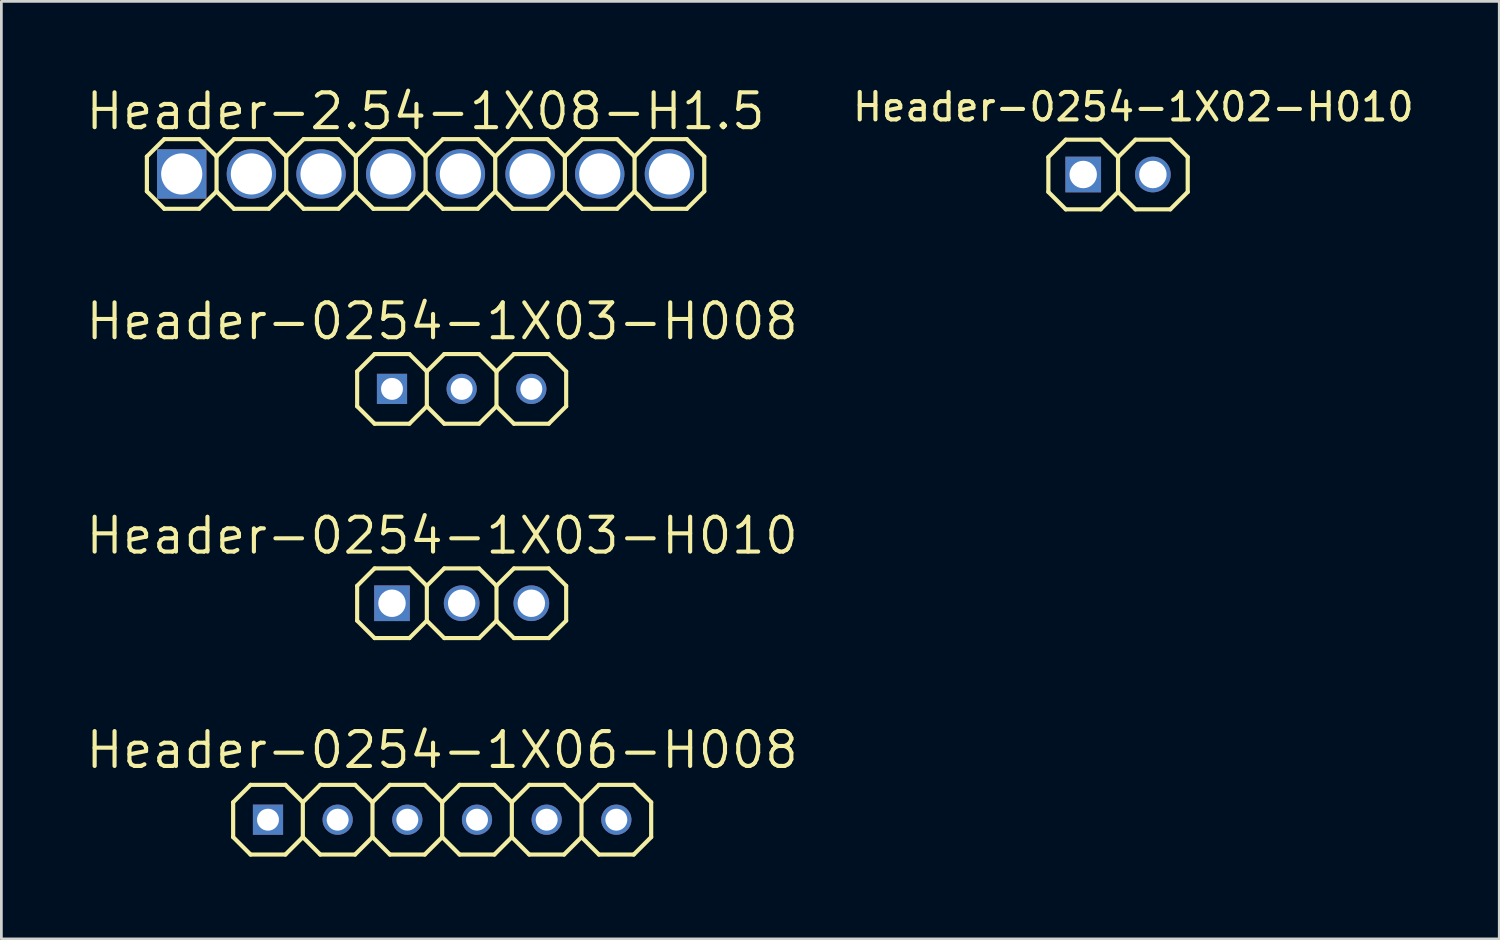
<source format=kicad_pcb>
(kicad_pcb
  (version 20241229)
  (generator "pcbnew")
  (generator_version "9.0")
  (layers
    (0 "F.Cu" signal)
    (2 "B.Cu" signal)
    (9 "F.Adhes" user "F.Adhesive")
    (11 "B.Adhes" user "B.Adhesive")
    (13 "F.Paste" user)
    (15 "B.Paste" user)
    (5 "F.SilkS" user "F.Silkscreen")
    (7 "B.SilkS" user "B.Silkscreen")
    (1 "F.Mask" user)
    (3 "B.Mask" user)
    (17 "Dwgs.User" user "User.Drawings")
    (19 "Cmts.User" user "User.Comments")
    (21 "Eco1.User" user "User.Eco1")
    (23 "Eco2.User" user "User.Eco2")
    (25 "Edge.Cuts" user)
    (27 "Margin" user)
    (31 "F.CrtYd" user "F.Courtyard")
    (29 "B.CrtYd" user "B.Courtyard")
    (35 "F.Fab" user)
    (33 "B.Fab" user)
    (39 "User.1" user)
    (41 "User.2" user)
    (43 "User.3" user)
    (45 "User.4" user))
  (footprint "Header-2.54-1X08-H1.5"
    (layer "F.Cu")
    (at 12.465 3.292)
    (property "Reference" "Header-2.54-1X08-H1.5" (at 0 -2.286 0) (layer "F.SilkS") (effects (font (size 1.27 1.27) (thickness 0.15))))
    (attr exclude_from_pos_files exclude_from_bom)
    (fp_line (start -10.16 -0.635) (end -10.16 0.635) (stroke (width 0.152) (type solid)) (layer "F.SilkS"))
    (fp_line (start -10.16 0.635) (end -9.525 1.27) (stroke (width 0.152) (type solid)) (layer "F.SilkS"))
    (fp_line (start -9.525 -1.27) (end -10.16 -0.635) (stroke (width 0.152) (type solid)) (layer "F.SilkS"))
    (fp_line (start -9.525 -1.27) (end -8.255 -1.27) (stroke (width 0.152) (type solid)) (layer "F.SilkS"))
    (fp_line (start -8.255 -1.27) (end -7.62 -0.635) (stroke (width 0.152) (type solid)) (layer "F.SilkS"))
    (fp_line (start -8.255 1.27) (end -9.525 1.27) (stroke (width 0.152) (type solid)) (layer "F.SilkS"))
    (fp_line (start -7.62 -0.635) (end -7.62 0.635) (stroke (width 0.152) (type solid)) (layer "F.SilkS"))
    (fp_line (start -7.62 -0.635) (end -6.985 -1.27) (stroke (width 0.152) (type solid)) (layer "F.SilkS"))
    (fp_line (start -7.62 0.635) (end -8.255 1.27) (stroke (width 0.152) (type solid)) (layer "F.SilkS"))
    (fp_line (start -6.985 -1.27) (end -5.715 -1.27) (stroke (width 0.152) (type solid)) (layer "F.SilkS"))
    (fp_line (start -6.985 1.27) (end -7.62 0.635) (stroke (width 0.152) (type solid)) (layer "F.SilkS"))
    (fp_line (start -5.715 -1.27) (end -5.08 -0.635) (stroke (width 0.152) (type solid)) (layer "F.SilkS"))
    (fp_line (start -5.715 1.27) (end -6.985 1.27) (stroke (width 0.152) (type solid)) (layer "F.SilkS"))
    (fp_line (start -5.08 -0.635) (end -5.08 0.635) (stroke (width 0.152) (type solid)) (layer "F.SilkS"))
    (fp_line (start -5.08 -0.635) (end -4.445 -1.27) (stroke (width 0.152) (type solid)) (layer "F.SilkS"))
    (fp_line (start -5.08 0.635) (end -5.715 1.27) (stroke (width 0.152) (type solid)) (layer "F.SilkS"))
    (fp_line (start -4.445 -1.27) (end -3.175 -1.27) (stroke (width 0.152) (type solid)) (layer "F.SilkS"))
    (fp_line (start -4.445 1.27) (end -5.08 0.635) (stroke (width 0.152) (type solid)) (layer "F.SilkS"))
    (fp_line (start -3.175 -1.27) (end -2.54 -0.635) (stroke (width 0.152) (type solid)) (layer "F.SilkS"))
    (fp_line (start -3.175 1.27) (end -4.445 1.27) (stroke (width 0.152) (type solid)) (layer "F.SilkS"))
    (fp_line (start -2.54 -0.635) (end -2.54 0.635) (stroke (width 0.152) (type solid)) (layer "F.SilkS"))
    (fp_line (start -2.54 0.635) (end -3.175 1.27) (stroke (width 0.152) (type solid)) (layer "F.SilkS"))
    (fp_line (start -2.54 0.635) (end -1.905 1.27) (stroke (width 0.152) (type solid)) (layer "F.SilkS"))
    (fp_line (start -1.905 -1.27) (end -2.54 -0.635) (stroke (width 0.152) (type solid)) (layer "F.SilkS"))
    (fp_line (start -1.905 -1.27) (end -0.635 -1.27) (stroke (width 0.152) (type solid)) (layer "F.SilkS"))
    (fp_line (start -0.635 -1.27) (end 0 -0.635) (stroke (width 0.152) (type solid)) (layer "F.SilkS"))
    (fp_line (start -0.635 1.27) (end -1.905 1.27) (stroke (width 0.152) (type solid)) (layer "F.SilkS"))
    (fp_line (start 0 -0.635) (end 0 0.635) (stroke (width 0.152) (type solid)) (layer "F.SilkS"))
    (fp_line (start 0 -0.635) (end 0.635 -1.27) (stroke (width 0.152) (type solid)) (layer "F.SilkS"))
    (fp_line (start 0 0.635) (end -0.635 1.27) (stroke (width 0.152) (type solid)) (layer "F.SilkS"))
    (fp_line (start 0.635 -1.27) (end 1.905 -1.27) (stroke (width 0.152) (type solid)) (layer "F.SilkS"))
    (fp_line (start 0.635 1.27) (end 0 0.635) (stroke (width 0.152) (type solid)) (layer "F.SilkS"))
    (fp_line (start 1.905 -1.27) (end 2.54 -0.635) (stroke (width 0.152) (type solid)) (layer "F.SilkS"))
    (fp_line (start 1.905 1.27) (end 0.635 1.27) (stroke (width 0.152) (type solid)) (layer "F.SilkS"))
    (fp_line (start 2.54 -0.635) (end 2.54 0.635) (stroke (width 0.152) (type solid)) (layer "F.SilkS"))
    (fp_line (start 2.54 -0.635) (end 3.175 -1.27) (stroke (width 0.152) (type solid)) (layer "F.SilkS"))
    (fp_line (start 2.54 0.635) (end 1.905 1.27) (stroke (width 0.152) (type solid)) (layer "F.SilkS"))
    (fp_line (start 3.175 -1.27) (end 4.445 -1.27) (stroke (width 0.152) (type solid)) (layer "F.SilkS"))
    (fp_line (start 3.175 1.27) (end 2.54 0.635) (stroke (width 0.152) (type solid)) (layer "F.SilkS"))
    (fp_line (start 4.445 -1.27) (end 5.08 -0.635) (stroke (width 0.152) (type solid)) (layer "F.SilkS"))
    (fp_line (start 4.445 1.27) (end 3.175 1.27) (stroke (width 0.152) (type solid)) (layer "F.SilkS"))
    (fp_line (start 5.08 -0.635) (end 5.08 0.635) (stroke (width 0.152) (type solid)) (layer "F.SilkS"))
    (fp_line (start 5.08 0.635) (end 4.445 1.27) (stroke (width 0.152) (type solid)) (layer "F.SilkS"))
    (fp_line (start 5.08 0.635) (end 5.715 1.27) (stroke (width 0.152) (type solid)) (layer "F.SilkS"))
    (fp_line (start 5.715 -1.27) (end 5.08 -0.635) (stroke (width 0.152) (type solid)) (layer "F.SilkS"))
    (fp_line (start 5.715 -1.27) (end 6.985 -1.27) (stroke (width 0.152) (type solid)) (layer "F.SilkS"))
    (fp_line (start 6.985 -1.27) (end 7.62 -0.635) (stroke (width 0.152) (type solid)) (layer "F.SilkS"))
    (fp_line (start 6.985 1.27) (end 5.715 1.27) (stroke (width 0.152) (type solid)) (layer "F.SilkS"))
    (fp_line (start 7.62 -0.635) (end 7.62 0.635) (stroke (width 0.152) (type solid)) (layer "F.SilkS"))
    (fp_line (start 7.62 0.635) (end 6.985 1.27) (stroke (width 0.152) (type solid)) (layer "F.SilkS"))
    (fp_line (start 7.62 0.635) (end 8.255 1.27) (stroke (width 0.152) (type solid)) (layer "F.SilkS"))
    (fp_line (start 8.255 -1.27) (end 7.62 -0.635) (stroke (width 0.152) (type solid)) (layer "F.SilkS"))
    (fp_line (start 8.255 -1.27) (end 9.525 -1.27) (stroke (width 0.152) (type solid)) (layer "F.SilkS"))
    (fp_line (start 9.525 -1.27) (end 10.16 -0.635) (stroke (width 0.152) (type solid)) (layer "F.SilkS"))
    (fp_line (start 9.525 1.27) (end 8.255 1.27) (stroke (width 0.152) (type solid)) (layer "F.SilkS"))
    (fp_line (start 10.16 -0.635) (end 10.16 0.635) (stroke (width 0.152) (type solid)) (layer "F.SilkS"))
    (fp_line (start 10.16 0.635) (end 9.525 1.27) (stroke (width 0.152) (type solid)) (layer "F.SilkS"))
    (pad "1" thru_hole rect (at -8.89 0 180) (size 1.8 1.8) (drill 1.5) (layers "*.Cu" "*.Mask"))
    (pad "2" thru_hole circle (at -6.35 0 180) (size 1.8 1.8) (drill 1.5) (layers "*.Cu" "*.Mask"))
    (pad "3" thru_hole circle (at -3.81 0 180) (size 1.8 1.8) (drill 1.5) (layers "*.Cu" "*.Mask"))
    (pad "4" thru_hole circle (at -1.27 0 180) (size 1.8 1.8) (drill 1.5) (layers "*.Cu" "*.Mask"))
    (pad "5" thru_hole circle (at 1.27 0 180) (size 1.8 1.8) (drill 1.5) (layers "*.Cu" "*.Mask"))
    (pad "6" thru_hole circle (at 3.81 0 180) (size 1.8 1.8) (drill 1.5) (layers "*.Cu" "*.Mask"))
    (pad "7" thru_hole circle (at 6.35 0 180) (size 1.8 1.8) (drill 1.5) (layers "*.Cu" "*.Mask"))
    (pad "8" thru_hole circle (at 8.89 0 180) (size 1.8 1.8) (drill 1.5) (layers "*.Cu" "*.Mask")))
  (footprint "Header-0254-1X03-H008"
    (layer "F.Cu")
    (at 13.781 11.128)
    (property "Reference" "Header-0254-1X03-H008" (at -0.711 -2.464 0) (layer "F.SilkS") (effects (font (size 1.27 1.27) (thickness 0.15))))
    (attr exclude_from_pos_files exclude_from_bom)
    (fp_line (start -3.81 -0.635) (end -3.81 0.635) (stroke (width 0.15) (type solid)) (layer "F.SilkS"))
    (fp_line (start -3.81 0.635) (end -3.175 1.27) (stroke (width 0.15) (type solid)) (layer "F.SilkS"))
    (fp_line (start -3.175 -1.27) (end -3.81 -0.635) (stroke (width 0.15) (type solid)) (layer "F.SilkS"))
    (fp_line (start -3.175 -1.27) (end -1.905 -1.27) (stroke (width 0.15) (type solid)) (layer "F.SilkS"))
    (fp_line (start -1.905 -1.27) (end -1.27 -0.635) (stroke (width 0.15) (type solid)) (layer "F.SilkS"))
    (fp_line (start -1.905 1.27) (end -3.175 1.27) (stroke (width 0.15) (type solid)) (layer "F.SilkS"))
    (fp_line (start -1.27 -0.635) (end -1.27 0.635) (stroke (width 0.15) (type solid)) (layer "F.SilkS"))
    (fp_line (start -1.27 -0.635) (end -0.635 -1.27) (stroke (width 0.15) (type solid)) (layer "F.SilkS"))
    (fp_line (start -1.27 0.635) (end -1.905 1.27) (stroke (width 0.15) (type solid)) (layer "F.SilkS"))
    (fp_line (start -0.635 -1.27) (end 0.635 -1.27) (stroke (width 0.15) (type solid)) (layer "F.SilkS"))
    (fp_line (start -0.635 1.27) (end -1.27 0.635) (stroke (width 0.15) (type solid)) (layer "F.SilkS"))
    (fp_line (start 0.635 -1.27) (end 1.27 -0.635) (stroke (width 0.15) (type solid)) (layer "F.SilkS"))
    (fp_line (start 0.635 1.27) (end -0.635 1.27) (stroke (width 0.15) (type solid)) (layer "F.SilkS"))
    (fp_line (start 1.27 -0.635) (end 1.27 0.635) (stroke (width 0.15) (type solid)) (layer "F.SilkS"))
    (fp_line (start 1.27 -0.635) (end 1.905 -1.27) (stroke (width 0.15) (type solid)) (layer "F.SilkS"))
    (fp_line (start 1.27 0.635) (end 0.635 1.27) (stroke (width 0.15) (type solid)) (layer "F.SilkS"))
    (fp_line (start 1.905 -1.27) (end 3.175 -1.27) (stroke (width 0.15) (type solid)) (layer "F.SilkS"))
    (fp_line (start 1.905 1.27) (end 1.27 0.635) (stroke (width 0.15) (type solid)) (layer "F.SilkS"))
    (fp_line (start 3.175 -1.27) (end 3.81 -0.635) (stroke (width 0.15) (type solid)) (layer "F.SilkS"))
    (fp_line (start 3.175 1.27) (end 1.905 1.27) (stroke (width 0.15) (type solid)) (layer "F.SilkS"))
    (fp_line (start 3.81 -0.635) (end 3.81 0.635) (stroke (width 0.15) (type solid)) (layer "F.SilkS"))
    (fp_line (start 3.81 0.635) (end 3.175 1.27) (stroke (width 0.15) (type solid)) (layer "F.SilkS"))
    (pad "1" thru_hole rect (at -2.54 0 180) (size 1.1 1.1) (drill 0.8) (layers "*.Cu" "*.Mask"))
    (pad "2" thru_hole circle (at 0 0 180) (size 1.1 1.1) (drill 0.8) (layers "*.Cu" "*.Mask"))
    (pad "3" thru_hole circle (at 2.54 0 180) (size 1.1 1.1) (drill 0.8) (layers "*.Cu" "*.Mask")))
  (footprint "Header-0254-1X03-H010"
    (layer "F.Cu")
    (at 13.781 18.943)
    (property "Reference" "Header-0254-1X03-H010" (at -0.711 -2.464 0) (layer "F.SilkS") (effects (font (size 1.27 1.27) (thickness 0.15))))
    (attr exclude_from_pos_files exclude_from_bom)
    (fp_line (start -3.81 -0.635) (end -3.81 0.635) (stroke (width 0.15) (type solid)) (layer "F.SilkS"))
    (fp_line (start -3.81 0.635) (end -3.175 1.27) (stroke (width 0.15) (type solid)) (layer "F.SilkS"))
    (fp_line (start -3.175 -1.27) (end -3.81 -0.635) (stroke (width 0.15) (type solid)) (layer "F.SilkS"))
    (fp_line (start -3.175 -1.27) (end -1.905 -1.27) (stroke (width 0.15) (type solid)) (layer "F.SilkS"))
    (fp_line (start -1.905 -1.27) (end -1.27 -0.635) (stroke (width 0.15) (type solid)) (layer "F.SilkS"))
    (fp_line (start -1.905 1.27) (end -3.175 1.27) (stroke (width 0.15) (type solid)) (layer "F.SilkS"))
    (fp_line (start -1.27 -0.635) (end -1.27 0.635) (stroke (width 0.15) (type solid)) (layer "F.SilkS"))
    (fp_line (start -1.27 -0.635) (end -0.635 -1.27) (stroke (width 0.15) (type solid)) (layer "F.SilkS"))
    (fp_line (start -1.27 0.635) (end -1.905 1.27) (stroke (width 0.15) (type solid)) (layer "F.SilkS"))
    (fp_line (start -0.635 -1.27) (end 0.635 -1.27) (stroke (width 0.15) (type solid)) (layer "F.SilkS"))
    (fp_line (start -0.635 1.27) (end -1.27 0.635) (stroke (width 0.15) (type solid)) (layer "F.SilkS"))
    (fp_line (start 0.635 -1.27) (end 1.27 -0.635) (stroke (width 0.15) (type solid)) (layer "F.SilkS"))
    (fp_line (start 0.635 1.27) (end -0.635 1.27) (stroke (width 0.15) (type solid)) (layer "F.SilkS"))
    (fp_line (start 1.27 -0.635) (end 1.27 0.635) (stroke (width 0.15) (type solid)) (layer "F.SilkS"))
    (fp_line (start 1.27 -0.635) (end 1.905 -1.27) (stroke (width 0.15) (type solid)) (layer "F.SilkS"))
    (fp_line (start 1.27 0.635) (end 0.635 1.27) (stroke (width 0.15) (type solid)) (layer "F.SilkS"))
    (fp_line (start 1.905 -1.27) (end 3.175 -1.27) (stroke (width 0.15) (type solid)) (layer "F.SilkS"))
    (fp_line (start 1.905 1.27) (end 1.27 0.635) (stroke (width 0.15) (type solid)) (layer "F.SilkS"))
    (fp_line (start 3.175 -1.27) (end 3.81 -0.635) (stroke (width 0.15) (type solid)) (layer "F.SilkS"))
    (fp_line (start 3.175 1.27) (end 1.905 1.27) (stroke (width 0.15) (type solid)) (layer "F.SilkS"))
    (fp_line (start 3.81 -0.635) (end 3.81 0.635) (stroke (width 0.15) (type solid)) (layer "F.SilkS"))
    (fp_line (start 3.81 0.635) (end 3.175 1.27) (stroke (width 0.15) (type solid)) (layer "F.SilkS"))
    (pad "1" thru_hole rect (at -2.54 0 180) (size 1.3 1.3) (drill 1) (layers "*.Cu" "*.Mask"))
    (pad "2" thru_hole circle (at 0 0 180) (size 1.3 1.3) (drill 1) (layers "*.Cu" "*.Mask"))
    (pad "3" thru_hole circle (at 2.54 0 180) (size 1.3 1.3) (drill 1) (layers "*.Cu" "*.Mask")))
  (footprint "Header-0254-1X02-H010"
    (layer "F.Cu")
    (at 37.711 3.312)
    (property "Reference" "Header-0254-1X02-H010" (at 0.559 -2.464 0) (layer "F.SilkS") (effects (font (size 1 1) (thickness 0.15))))
    (attr exclude_from_pos_files exclude_from_bom)
    (fp_line (start -2.54 -0.635) (end -2.54 0.635) (stroke (width 0.152) (type solid)) (layer "F.SilkS"))
    (fp_line (start -2.54 0.635) (end -1.905 1.27) (stroke (width 0.152) (type solid)) (layer "F.SilkS"))
    (fp_line (start -1.905 -1.27) (end -2.54 -0.635) (stroke (width 0.152) (type solid)) (layer "F.SilkS"))
    (fp_line (start -1.905 -1.27) (end -0.635 -1.27) (stroke (width 0.152) (type solid)) (layer "F.SilkS"))
    (fp_line (start -0.635 -1.27) (end 0 -0.635) (stroke (width 0.152) (type solid)) (layer "F.SilkS"))
    (fp_line (start -0.635 1.27) (end -1.905 1.27) (stroke (width 0.152) (type solid)) (layer "F.SilkS"))
    (fp_line (start 0 -0.635) (end 0 0.635) (stroke (width 0.152) (type solid)) (layer "F.SilkS"))
    (fp_line (start 0 -0.635) (end 0.635 -1.27) (stroke (width 0.152) (type solid)) (layer "F.SilkS"))
    (fp_line (start 0 0.635) (end -0.635 1.27) (stroke (width 0.152) (type solid)) (layer "F.SilkS"))
    (fp_line (start 0.635 -1.27) (end 1.905 -1.27) (stroke (width 0.152) (type solid)) (layer "F.SilkS"))
    (fp_line (start 0.635 1.27) (end 0 0.635) (stroke (width 0.152) (type solid)) (layer "F.SilkS"))
    (fp_line (start 1.905 -1.27) (end 2.54 -0.635) (stroke (width 0.152) (type solid)) (layer "F.SilkS"))
    (fp_line (start 1.905 1.27) (end 0.635 1.27) (stroke (width 0.152) (type solid)) (layer "F.SilkS"))
    (fp_line (start 2.54 -0.635) (end 2.54 0.635) (stroke (width 0.152) (type solid)) (layer "F.SilkS"))
    (fp_line (start 2.54 0.635) (end 1.905 1.27) (stroke (width 0.152) (type solid)) (layer "F.SilkS"))
    (pad "1" thru_hole rect (at -1.27 0 180) (size 1.3 1.3) (drill 1) (layers "*.Cu" "*.Mask"))
    (pad "2" thru_hole circle (at 1.27 0 180) (size 1.3 1.3) (drill 1) (layers "*.Cu" "*.Mask")))
  (footprint "Header-0254-1X06-H008"
    (layer "F.Cu")
    (at 13.07 26.834)
    (property "Reference" "Header-0254-1X06-H008" (at 0 -2.54 0) (layer "F.SilkS") (effects (font (size 1.27 1.27) (thickness 0.15))))
    (attr exclude_from_pos_files exclude_from_bom)
    (fp_line (start -7.62 -0.635) (end -7.62 0.635) (stroke (width 0.152) (type solid)) (layer "F.SilkS"))
    (fp_line (start -7.62 0.635) (end -6.985 1.27) (stroke (width 0.152) (type solid)) (layer "F.SilkS"))
    (fp_line (start -6.985 -1.27) (end -7.62 -0.635) (stroke (width 0.152) (type solid)) (layer "F.SilkS"))
    (fp_line (start -6.985 -1.27) (end -5.715 -1.27) (stroke (width 0.152) (type solid)) (layer "F.SilkS"))
    (fp_line (start -5.715 -1.27) (end -5.08 -0.635) (stroke (width 0.152) (type solid)) (layer "F.SilkS"))
    (fp_line (start -5.715 1.27) (end -6.985 1.27) (stroke (width 0.152) (type solid)) (layer "F.SilkS"))
    (fp_line (start -5.08 -0.635) (end -5.08 0.635) (stroke (width 0.152) (type solid)) (layer "F.SilkS"))
    (fp_line (start -5.08 -0.635) (end -4.445 -1.27) (stroke (width 0.152) (type solid)) (layer "F.SilkS"))
    (fp_line (start -5.08 0.635) (end -5.715 1.27) (stroke (width 0.152) (type solid)) (layer "F.SilkS"))
    (fp_line (start -4.445 -1.27) (end -3.175 -1.27) (stroke (width 0.152) (type solid)) (layer "F.SilkS"))
    (fp_line (start -4.445 1.27) (end -5.08 0.635) (stroke (width 0.152) (type solid)) (layer "F.SilkS"))
    (fp_line (start -3.175 -1.27) (end -2.54 -0.635) (stroke (width 0.152) (type solid)) (layer "F.SilkS"))
    (fp_line (start -3.175 1.27) (end -4.445 1.27) (stroke (width 0.152) (type solid)) (layer "F.SilkS"))
    (fp_line (start -2.54 -0.635) (end -2.54 0.635) (stroke (width 0.152) (type solid)) (layer "F.SilkS"))
    (fp_line (start -2.54 -0.635) (end -1.905 -1.27) (stroke (width 0.152) (type solid)) (layer "F.SilkS"))
    (fp_line (start -2.54 0.635) (end -3.175 1.27) (stroke (width 0.152) (type solid)) (layer "F.SilkS"))
    (fp_line (start -1.905 -1.27) (end -0.635 -1.27) (stroke (width 0.152) (type solid)) (layer "F.SilkS"))
    (fp_line (start -1.905 1.27) (end -2.54 0.635) (stroke (width 0.152) (type solid)) (layer "F.SilkS"))
    (fp_line (start -0.635 -1.27) (end 0 -0.635) (stroke (width 0.152) (type solid)) (layer "F.SilkS"))
    (fp_line (start -0.635 1.27) (end -1.905 1.27) (stroke (width 0.152) (type solid)) (layer "F.SilkS"))
    (fp_line (start 0 -0.635) (end 0 0.635) (stroke (width 0.152) (type solid)) (layer "F.SilkS"))
    (fp_line (start 0 0.635) (end -0.635 1.27) (stroke (width 0.152) (type solid)) (layer "F.SilkS"))
    (fp_line (start 0 0.635) (end 0.635 1.27) (stroke (width 0.152) (type solid)) (layer "F.SilkS"))
    (fp_line (start 0.635 -1.27) (end 0 -0.635) (stroke (width 0.152) (type solid)) (layer "F.SilkS"))
    (fp_line (start 0.635 -1.27) (end 1.905 -1.27) (stroke (width 0.152) (type solid)) (layer "F.SilkS"))
    (fp_line (start 1.905 -1.27) (end 2.54 -0.635) (stroke (width 0.152) (type solid)) (layer "F.SilkS"))
    (fp_line (start 1.905 1.27) (end 0.635 1.27) (stroke (width 0.152) (type solid)) (layer "F.SilkS"))
    (fp_line (start 2.54 -0.635) (end 2.54 0.635) (stroke (width 0.152) (type solid)) (layer "F.SilkS"))
    (fp_line (start 2.54 -0.635) (end 3.175 -1.27) (stroke (width 0.152) (type solid)) (layer "F.SilkS"))
    (fp_line (start 2.54 0.635) (end 1.905 1.27) (stroke (width 0.152) (type solid)) (layer "F.SilkS"))
    (fp_line (start 3.175 -1.27) (end 4.445 -1.27) (stroke (width 0.152) (type solid)) (layer "F.SilkS"))
    (fp_line (start 3.175 1.27) (end 2.54 0.635) (stroke (width 0.152) (type solid)) (layer "F.SilkS"))
    (fp_line (start 4.445 -1.27) (end 5.08 -0.635) (stroke (width 0.152) (type solid)) (layer "F.SilkS"))
    (fp_line (start 4.445 1.27) (end 3.175 1.27) (stroke (width 0.152) (type solid)) (layer "F.SilkS"))
    (fp_line (start 5.08 -0.635) (end 5.08 0.635) (stroke (width 0.15) (type solid)) (layer "F.SilkS"))
    (fp_line (start 5.08 0.635) (end 4.445 1.27) (stroke (width 0.152) (type solid)) (layer "F.SilkS"))
    (fp_line (start 5.08 0.635) (end 5.715 1.27) (stroke (width 0.152) (type solid)) (layer "F.SilkS"))
    (fp_line (start 5.715 -1.27) (end 5.08 -0.635) (stroke (width 0.152) (type solid)) (layer "F.SilkS"))
    (fp_line (start 5.715 -1.27) (end 6.985 -1.27) (stroke (width 0.152) (type solid)) (layer "F.SilkS"))
    (fp_line (start 6.985 -1.27) (end 7.62 -0.635) (stroke (width 0.152) (type solid)) (layer "F.SilkS"))
    (fp_line (start 6.985 1.27) (end 5.715 1.27) (stroke (width 0.152) (type solid)) (layer "F.SilkS"))
    (fp_line (start 7.62 -0.635) (end 7.62 0.635) (stroke (width 0.152) (type solid)) (layer "F.SilkS"))
    (fp_line (start 7.62 0.635) (end 6.985 1.27) (stroke (width 0.152) (type solid)) (layer "F.SilkS"))
    (pad "1" thru_hole trapezoid (at -6.35 0 180) (size 1.1 1.1) (drill 0.8) (layers "*.Cu" "*.Mask"))
    (pad "2" thru_hole circle (at -3.81 0 180) (size 1.1 1.1) (drill 0.8) (layers "*.Cu" "*.Mask"))
    (pad "3" thru_hole circle (at -1.27 0 180) (size 1.1 1.1) (drill 0.8) (layers "*.Cu" "*.Mask"))
    (pad "4" thru_hole circle (at 1.27 0 180) (size 1.1 1.1) (drill 0.8) (layers "*.Cu" "*.Mask"))
    (pad "5" thru_hole circle (at 3.81 0 180) (size 1.1 1.1) (drill 0.8) (layers "*.Cu" "*.Mask"))
    (pad "6" thru_hole circle (at 6.35 0 180) (size 1.1 1.1) (drill 0.8) (layers "*.Cu" "*.Mask")))
  (gr_rect
    (start -3 -3)
    (end 51.609 31.181)
    (stroke (width 0.1) (type default))
    (fill no)
    (layer "Edge.Cuts")))
</source>
